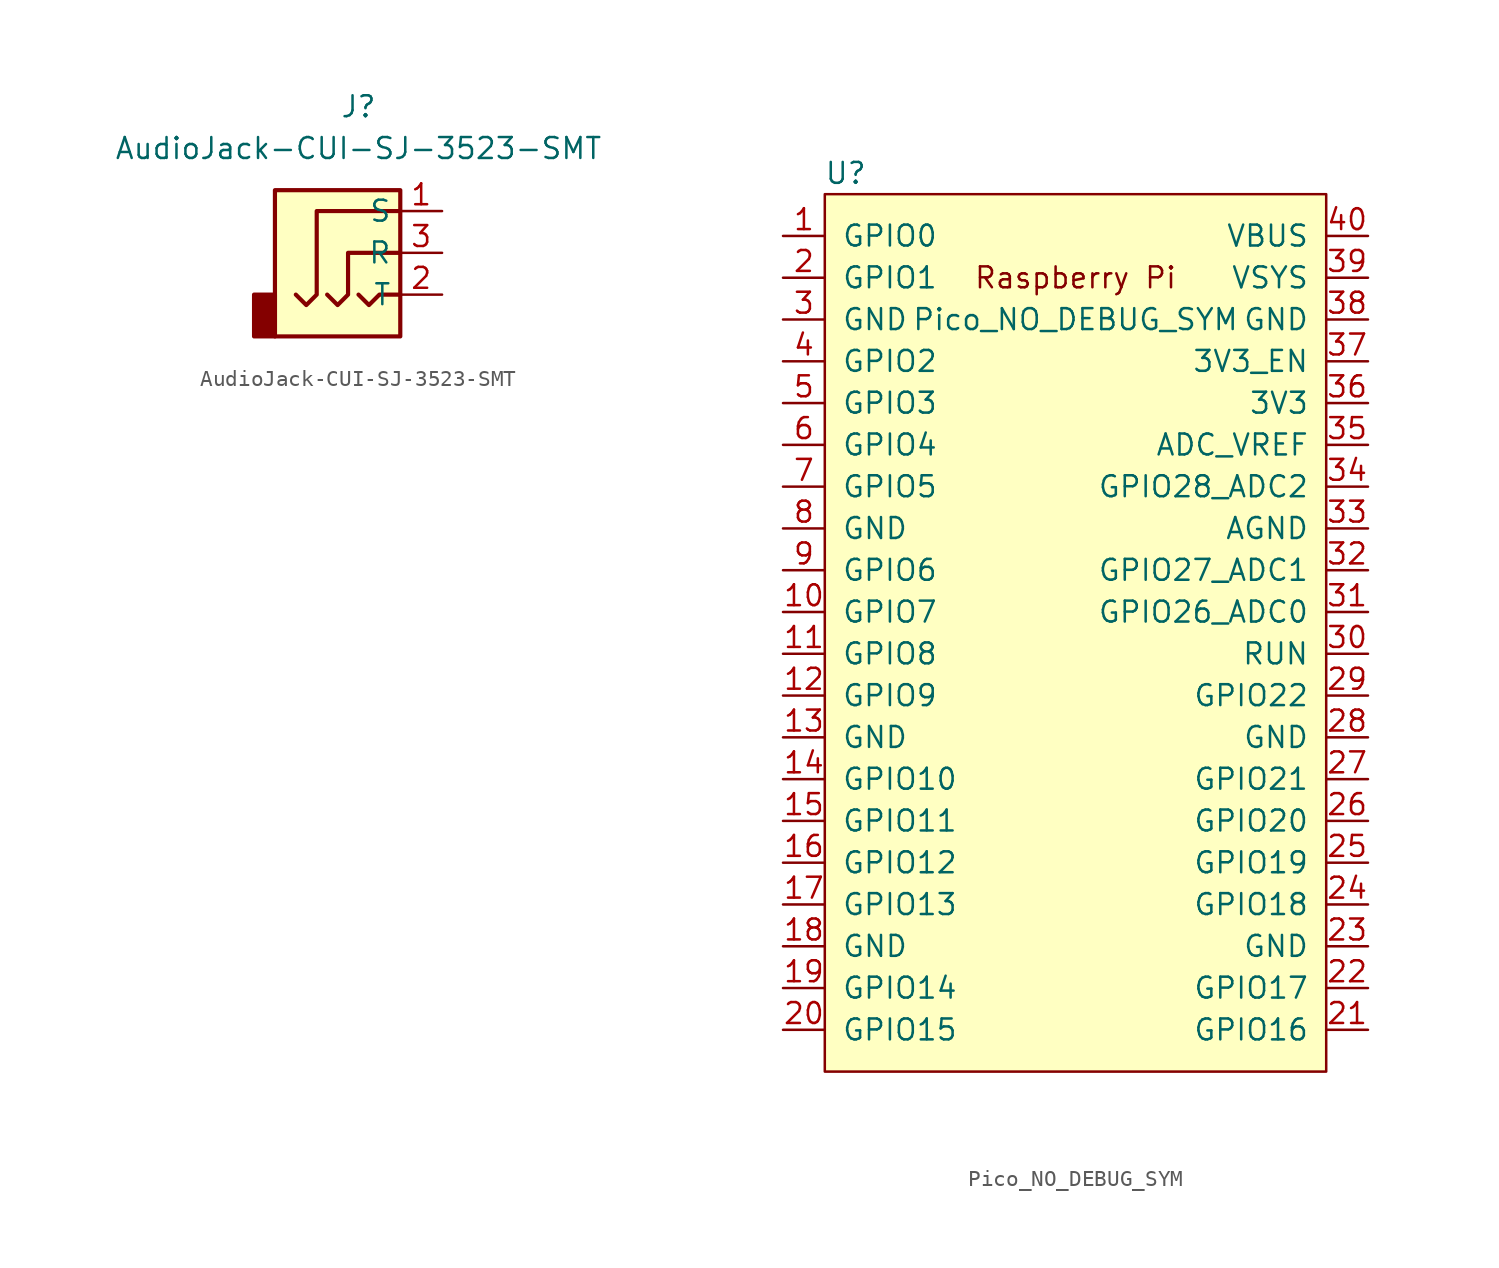
<source format=kicad_sym>
(kicad_symbol_lib
  (version 20231120)
  (generator "kicad_symbol_editor")
  (generator_version "8.0")
  (symbol "AudioJack-CUI-SJ-3523-SMT"
    (property "Reference" "J"
      (at 0 8.89 0)
      (effects (font (size 1.27 1.27))))
    (property "Value" "AudioJack-CUI-SJ-3523-SMT"
      (at 0 6.35 0)
      (effects (font (size 1.27 1.27))))
    (symbol "AudioJack-CUI-SJ-3523-SMT_0_1"
      (rectangle (start -5.08 -5.08) (end -6.35 -2.54) (stroke (width 0.254) (type solid)) (fill (type outline)))
      (polyline (pts (xy 0 -2.54) (xy 0.635 -3.175) (xy 1.27 -2.54) (xy 2.54 -2.54)) (stroke (width 0.254) (type solid)) (fill (type none)))
      (polyline (pts (xy -1.905 -2.54) (xy -1.27 -3.175) (xy -0.635 -2.54) (xy -0.635 0) (xy 2.54 0)) (stroke (width 0.254) (type solid)) (fill (type none)))
      (polyline (pts (xy 2.54 2.54) (xy -2.54 2.54) (xy -2.54 -2.54) (xy -3.175 -3.175) (xy -3.81 -2.54)) (stroke (width 0.254) (type solid)) (fill (type none)))
      (rectangle (start 2.54 3.81) (end -5.08 -5.08) (stroke (width 0.254) (type solid)) (fill (type background))))
    (symbol "AudioJack-CUI-SJ-3523-SMT_1_1"
      (pin passive line (at 5.08 2.54 180) (length 2.54) (name "S" (effects (font (size 1.27 1.27)))) (number "1" (effects (font (size 1.27 1.27)))))
      (pin passive line (at 5.08 -2.54 180) (length 2.54) (name "T" (effects (font (size 1.27 1.27)))) (number "2" (effects (font (size 1.27 1.27)))))
      (pin passive line (at 5.08 0 180) (length 2.54) (name "R" (effects (font (size 1.27 1.27)))) (number "3" (effects (font (size 1.27 1.27)))))))
  (symbol "Pico_NO_DEBUG_SYM"
    (pin_names
      (offset 1.016))
    (property "Reference" "U"
      (at -13.97 27.94 0)
      (effects (font (size 1.27 1.27))))
    (property "Value" "Pico_NO_DEBUG_SYM"
      (at 0 19.05 0)
      (effects (font (size 1.27 1.27))))
    (symbol "Pico_NO_DEBUG_SYM_0_0"
      (text "Raspberry Pi" (at 0 21.59 0) (effects (font (size 1.27 1.27)))))
    (symbol "Pico_NO_DEBUG_SYM_0_1"
      (rectangle (start -15.24 26.67) (end 15.24 -26.67) (stroke (width 0) (type solid)) (fill (type background))))
    (symbol "Pico_NO_DEBUG_SYM_1_1"
      (pin bidirectional line (at -17.78 24.13 0) (length 2.54) (name "GPIO0" (effects (font (size 1.27 1.27)))) (number "1" (effects (font (size 1.27 1.27)))))
      (pin bidirectional line (at -17.78 1.27 0) (length 2.54) (name "GPIO7" (effects (font (size 1.27 1.27)))) (number "10" (effects (font (size 1.27 1.27)))))
      (pin bidirectional line (at -17.78 -1.27 0) (length 2.54) (name "GPIO8" (effects (font (size 1.27 1.27)))) (number "11" (effects (font (size 1.27 1.27)))))
      (pin bidirectional line (at -17.78 -3.81 0) (length 2.54) (name "GPIO9" (effects (font (size 1.27 1.27)))) (number "12" (effects (font (size 1.27 1.27)))))
      (pin power_in line (at -17.78 -6.35 0) (length 2.54) (name "GND" (effects (font (size 1.27 1.27)))) (number "13" (effects (font (size 1.27 1.27)))))
      (pin bidirectional line (at -17.78 -8.89 0) (length 2.54) (name "GPIO10" (effects (font (size 1.27 1.27)))) (number "14" (effects (font (size 1.27 1.27)))))
      (pin bidirectional line (at -17.78 -11.43 0) (length 2.54) (name "GPIO11" (effects (font (size 1.27 1.27)))) (number "15" (effects (font (size 1.27 1.27)))))
      (pin bidirectional line (at -17.78 -13.97 0) (length 2.54) (name "GPIO12" (effects (font (size 1.27 1.27)))) (number "16" (effects (font (size 1.27 1.27)))))
      (pin bidirectional line (at -17.78 -16.51 0) (length 2.54) (name "GPIO13" (effects (font (size 1.27 1.27)))) (number "17" (effects (font (size 1.27 1.27)))))
      (pin power_in line (at -17.78 -19.05 0) (length 2.54) (name "GND" (effects (font (size 1.27 1.27)))) (number "18" (effects (font (size 1.27 1.27)))))
      (pin bidirectional line (at -17.78 -21.59 0) (length 2.54) (name "GPIO14" (effects (font (size 1.27 1.27)))) (number "19" (effects (font (size 1.27 1.27)))))
      (pin bidirectional line (at -17.78 21.59 0) (length 2.54) (name "GPIO1" (effects (font (size 1.27 1.27)))) (number "2" (effects (font (size 1.27 1.27)))))
      (pin bidirectional line (at -17.78 -24.13 0) (length 2.54) (name "GPIO15" (effects (font (size 1.27 1.27)))) (number "20" (effects (font (size 1.27 1.27)))))
      (pin bidirectional line (at 17.78 -24.13 180) (length 2.54) (name "GPIO16" (effects (font (size 1.27 1.27)))) (number "21" (effects (font (size 1.27 1.27)))))
      (pin bidirectional line (at 17.78 -21.59 180) (length 2.54) (name "GPIO17" (effects (font (size 1.27 1.27)))) (number "22" (effects (font (size 1.27 1.27)))))
      (pin power_in line (at 17.78 -19.05 180) (length 2.54) (name "GND" (effects (font (size 1.27 1.27)))) (number "23" (effects (font (size 1.27 1.27)))))
      (pin bidirectional line (at 17.78 -16.51 180) (length 2.54) (name "GPIO18" (effects (font (size 1.27 1.27)))) (number "24" (effects (font (size 1.27 1.27)))))
      (pin bidirectional line (at 17.78 -13.97 180) (length 2.54) (name "GPIO19" (effects (font (size 1.27 1.27)))) (number "25" (effects (font (size 1.27 1.27)))))
      (pin bidirectional line (at 17.78 -11.43 180) (length 2.54) (name "GPIO20" (effects (font (size 1.27 1.27)))) (number "26" (effects (font (size 1.27 1.27)))))
      (pin bidirectional line (at 17.78 -8.89 180) (length 2.54) (name "GPIO21" (effects (font (size 1.27 1.27)))) (number "27" (effects (font (size 1.27 1.27)))))
      (pin power_in line (at 17.78 -6.35 180) (length 2.54) (name "GND" (effects (font (size 1.27 1.27)))) (number "28" (effects (font (size 1.27 1.27)))))
      (pin bidirectional line (at 17.78 -3.81 180) (length 2.54) (name "GPIO22" (effects (font (size 1.27 1.27)))) (number "29" (effects (font (size 1.27 1.27)))))
      (pin power_in line (at -17.78 19.05 0) (length 2.54) (name "GND" (effects (font (size 1.27 1.27)))) (number "3" (effects (font (size 1.27 1.27)))))
      (pin input line (at 17.78 -1.27 180) (length 2.54) (name "RUN" (effects (font (size 1.27 1.27)))) (number "30" (effects (font (size 1.27 1.27)))))
      (pin bidirectional line (at 17.78 1.27 180) (length 2.54) (name "GPIO26_ADC0" (effects (font (size 1.27 1.27)))) (number "31" (effects (font (size 1.27 1.27)))))
      (pin bidirectional line (at 17.78 3.81 180) (length 2.54) (name "GPIO27_ADC1" (effects (font (size 1.27 1.27)))) (number "32" (effects (font (size 1.27 1.27)))))
      (pin power_in line (at 17.78 6.35 180) (length 2.54) (name "AGND" (effects (font (size 1.27 1.27)))) (number "33" (effects (font (size 1.27 1.27)))))
      (pin bidirectional line (at 17.78 8.89 180) (length 2.54) (name "GPIO28_ADC2" (effects (font (size 1.27 1.27)))) (number "34" (effects (font (size 1.27 1.27)))))
      (pin unspecified line (at 17.78 11.43 180) (length 2.54) (name "ADC_VREF" (effects (font (size 1.27 1.27)))) (number "35" (effects (font (size 1.27 1.27)))))
      (pin unspecified line (at 17.78 13.97 180) (length 2.54) (name "3V3" (effects (font (size 1.27 1.27)))) (number "36" (effects (font (size 1.27 1.27)))))
      (pin input line (at 17.78 16.51 180) (length 2.54) (name "3V3_EN" (effects (font (size 1.27 1.27)))) (number "37" (effects (font (size 1.27 1.27)))))
      (pin bidirectional line (at 17.78 19.05 180) (length 2.54) (name "GND" (effects (font (size 1.27 1.27)))) (number "38" (effects (font (size 1.27 1.27)))))
      (pin unspecified line (at 17.78 21.59 180) (length 2.54) (name "VSYS" (effects (font (size 1.27 1.27)))) (number "39" (effects (font (size 1.27 1.27)))))
      (pin bidirectional line (at -17.78 16.51 0) (length 2.54) (name "GPIO2" (effects (font (size 1.27 1.27)))) (number "4" (effects (font (size 1.27 1.27)))))
      (pin unspecified line (at 17.78 24.13 180) (length 2.54) (name "VBUS" (effects (font (size 1.27 1.27)))) (number "40" (effects (font (size 1.27 1.27)))))
      (pin bidirectional line (at -17.78 13.97 0) (length 2.54) (name "GPIO3" (effects (font (size 1.27 1.27)))) (number "5" (effects (font (size 1.27 1.27)))))
      (pin bidirectional line (at -17.78 11.43 0) (length 2.54) (name "GPIO4" (effects (font (size 1.27 1.27)))) (number "6" (effects (font (size 1.27 1.27)))))
      (pin bidirectional line (at -17.78 8.89 0) (length 2.54) (name "GPIO5" (effects (font (size 1.27 1.27)))) (number "7" (effects (font (size 1.27 1.27)))))
      (pin power_in line (at -17.78 6.35 0) (length 2.54) (name "GND" (effects (font (size 1.27 1.27)))) (number "8" (effects (font (size 1.27 1.27)))))
      (pin bidirectional line (at -17.78 3.81 0) (length 2.54) (name "GPIO6" (effects (font (size 1.27 1.27)))) (number "9" (effects (font (size 1.27 1.27))))))))
</source>
